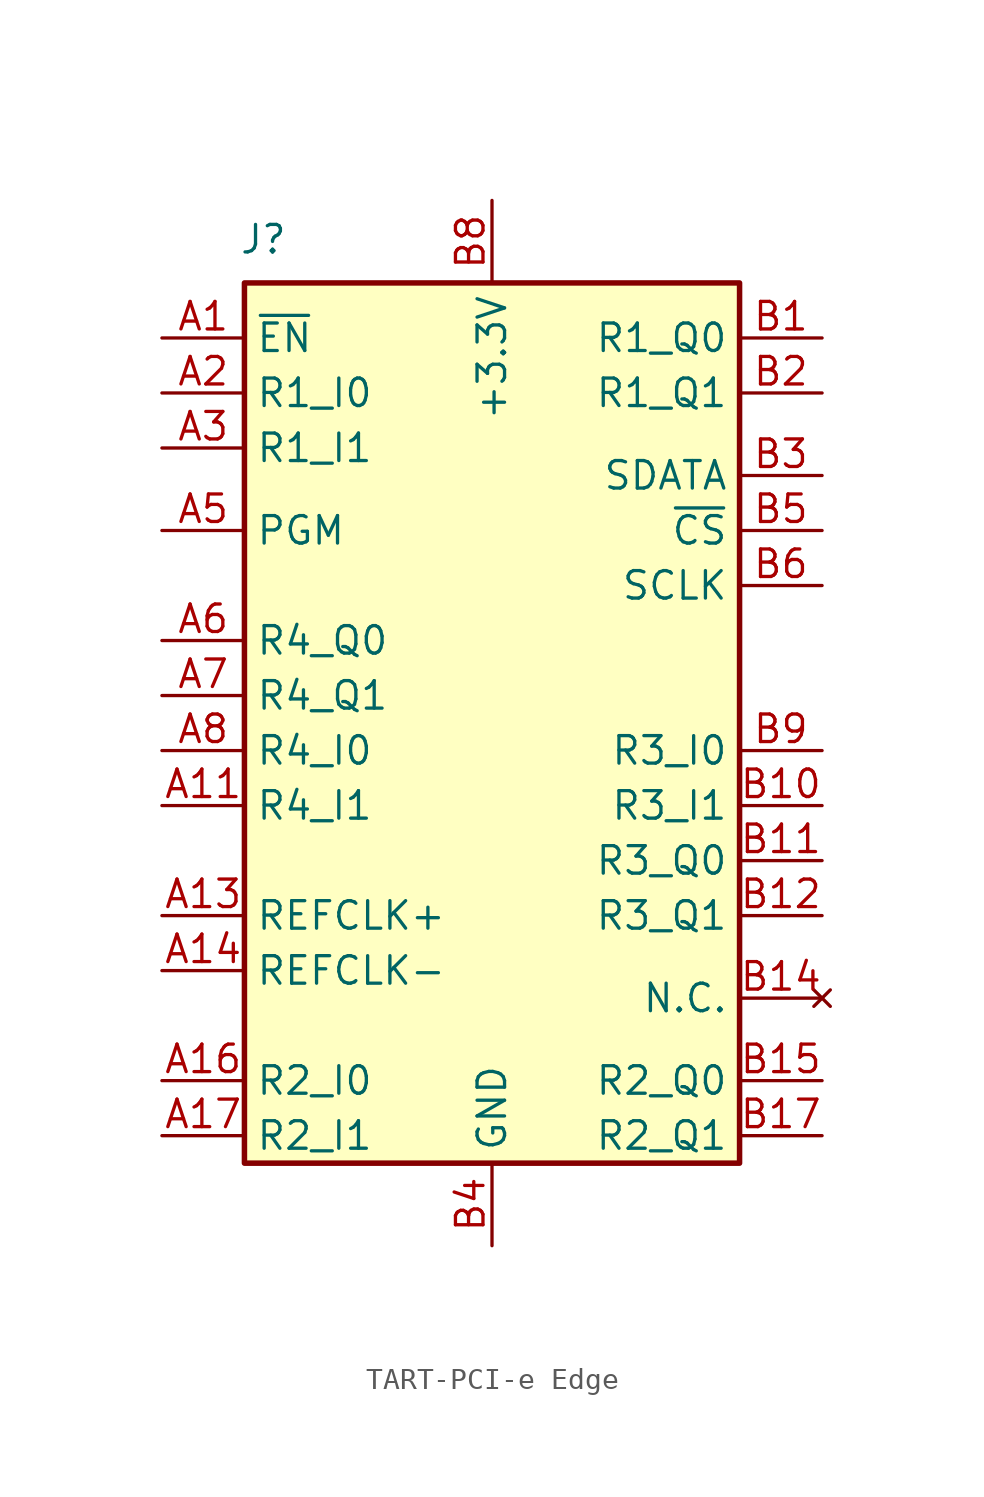
<source format=kicad_sym>
(kicad_symbol_lib
  (version 20231120)
  (generator "kicad_symbol_editor")
  (generator_version "8.0")
  (symbol "TART-PCI-e Edge"
    (property "Reference" "J"
      (at -11.684 24.13 0)
      (effects (font (size 1.27 1.27)) (justify left bottom)))
    (property "Value" ""
      (at 0 0 0)
      (effects (font (size 1.27 1.27))))
    (symbol "TART-PCI-e Edge_0_1"
      (rectangle (start -11.43 22.86) (end 11.43 -17.78) (stroke (width 0.254) (type default)) (fill (type background))))
    (symbol "TART-PCI-e Edge_1_1"
      (pin output line (at -15.24 20.32 0) (length 3.81) (name "~{EN}" (effects (font (size 1.27 1.27)))) (number "A1" (effects (font (size 1.27 1.27)))))
      (pin passive line (at 0 26.67 270) (length 3.81) hide (name "+3.3V" (effects (font (size 1.27 1.27)))) (number "A10" (effects (font (size 1.27 1.27)))))
      (pin input line (at -15.24 -1.27 0) (length 3.81) (name "R4_I1" (effects (font (size 1.27 1.27)))) (number "A11" (effects (font (size 1.27 1.27)))))
      (pin passive line (at 0 -21.59 90) (length 3.81) hide (name "GND" (effects (font (size 1.27 1.27)))) (number "A12" (effects (font (size 1.27 1.27)))))
      (pin output line (at -15.24 -6.35 0) (length 3.81) (name "REFCLK+" (effects (font (size 1.27 1.27)))) (number "A13" (effects (font (size 1.27 1.27)))))
      (pin output line (at -15.24 -8.89 0) (length 3.81) (name "REFCLK-" (effects (font (size 1.27 1.27)))) (number "A14" (effects (font (size 1.27 1.27)))))
      (pin passive line (at 0 -21.59 90) (length 3.81) hide (name "GND" (effects (font (size 1.27 1.27)))) (number "A15" (effects (font (size 1.27 1.27)))))
      (pin input line (at -15.24 -13.97 0) (length 3.81) (name "R2_I0" (effects (font (size 1.27 1.27)))) (number "A16" (effects (font (size 1.27 1.27)))))
      (pin input line (at -15.24 -16.51 0) (length 3.81) (name "R2_I1" (effects (font (size 1.27 1.27)))) (number "A17" (effects (font (size 1.27 1.27)))))
      (pin passive line (at 0 -21.59 90) (length 3.81) hide (name "GND" (effects (font (size 1.27 1.27)))) (number "A18" (effects (font (size 1.27 1.27)))))
      (pin input line (at -15.24 17.78 0) (length 3.81) (name "R1_I0" (effects (font (size 1.27 1.27)))) (number "A2" (effects (font (size 1.27 1.27)))))
      (pin input line (at -15.24 15.24 0) (length 3.81) (name "R1_I1" (effects (font (size 1.27 1.27)))) (number "A3" (effects (font (size 1.27 1.27)))))
      (pin passive line (at 0 -21.59 90) (length 3.81) hide (name "GND" (effects (font (size 1.27 1.27)))) (number "A4" (effects (font (size 1.27 1.27)))))
      (pin output line (at -15.24 11.43 0) (length 3.81) (name "PGM" (effects (font (size 1.27 1.27)))) (number "A5" (effects (font (size 1.27 1.27)))))
      (pin input line (at -15.24 6.35 0) (length 3.81) (name "R4_Q0" (effects (font (size 1.27 1.27)))) (number "A6" (effects (font (size 1.27 1.27)))))
      (pin input line (at -15.24 3.81 0) (length 3.81) (name "R4_Q1" (effects (font (size 1.27 1.27)))) (number "A7" (effects (font (size 1.27 1.27)))))
      (pin input line (at -15.24 1.27 0) (length 3.81) (name "R4_I0" (effects (font (size 1.27 1.27)))) (number "A8" (effects (font (size 1.27 1.27)))))
      (pin passive line (at 0 26.67 270) (length 3.81) hide (name "+3.3V" (effects (font (size 1.27 1.27)))) (number "A9" (effects (font (size 1.27 1.27)))))
      (pin input line (at 15.24 20.32 180) (length 3.81) (name "R1_Q0" (effects (font (size 1.27 1.27)))) (number "B1" (effects (font (size 1.27 1.27)))))
      (pin input line (at 15.24 -1.27 180) (length 3.81) (name "R3_I1" (effects (font (size 1.27 1.27)))) (number "B10" (effects (font (size 1.27 1.27)))))
      (pin input line (at 15.24 -3.81 180) (length 3.81) (name "R3_Q0" (effects (font (size 1.27 1.27)))) (number "B11" (effects (font (size 1.27 1.27)))))
      (pin input line (at 15.24 -6.35 180) (length 3.81) (name "R3_Q1" (effects (font (size 1.27 1.27)))) (number "B12" (effects (font (size 1.27 1.27)))))
      (pin passive line (at 0 -21.59 90) (length 3.81) hide (name "GND" (effects (font (size 1.27 1.27)))) (number "B13" (effects (font (size 1.27 1.27)))))
      (pin no_connect line (at 15.24 -10.16 180) (length 3.81) (name "N.C." (effects (font (size 1.27 1.27)))) (number "B14" (effects (font (size 1.27 1.27)))))
      (pin input line (at 15.24 -13.97 180) (length 3.81) (name "R2_Q0" (effects (font (size 1.27 1.27)))) (number "B15" (effects (font (size 1.27 1.27)))))
      (pin passive line (at 0 -21.59 90) (length 3.81) hide (name "GND" (effects (font (size 1.27 1.27)))) (number "B16" (effects (font (size 1.27 1.27)))))
      (pin input line (at 15.24 -16.51 180) (length 3.81) (name "R2_Q1" (effects (font (size 1.27 1.27)))) (number "B17" (effects (font (size 1.27 1.27)))))
      (pin passive line (at 0 -21.59 90) (length 3.81) hide (name "GND" (effects (font (size 1.27 1.27)))) (number "B18" (effects (font (size 1.27 1.27)))))
      (pin input line (at 15.24 17.78 180) (length 3.81) (name "R1_Q1" (effects (font (size 1.27 1.27)))) (number "B2" (effects (font (size 1.27 1.27)))))
      (pin output line (at 15.24 13.97 180) (length 3.81) (name "SDATA" (effects (font (size 1.27 1.27)))) (number "B3" (effects (font (size 1.27 1.27)))))
      (pin power_out line (at 0 -21.59 90) (length 3.81) (name "GND" (effects (font (size 1.27 1.27)))) (number "B4" (effects (font (size 1.27 1.27)))))
      (pin output line (at 15.24 11.43 180) (length 3.81) (name "~{CS}" (effects (font (size 1.27 1.27)))) (number "B5" (effects (font (size 1.27 1.27)))))
      (pin output line (at 15.24 8.89 180) (length 3.81) (name "SCLK" (effects (font (size 1.27 1.27)))) (number "B6" (effects (font (size 1.27 1.27)))))
      (pin passive line (at 0 -21.59 90) (length 3.81) hide (name "GND" (effects (font (size 1.27 1.27)))) (number "B7" (effects (font (size 1.27 1.27)))))
      (pin power_out line (at 0 26.67 270) (length 3.81) (name "+3.3V" (effects (font (size 1.27 1.27)))) (number "B8" (effects (font (size 1.27 1.27)))))
      (pin input line (at 15.24 1.27 180) (length 3.81) (name "R3_I0" (effects (font (size 1.27 1.27)))) (number "B9" (effects (font (size 1.27 1.27))))))))
</source>
